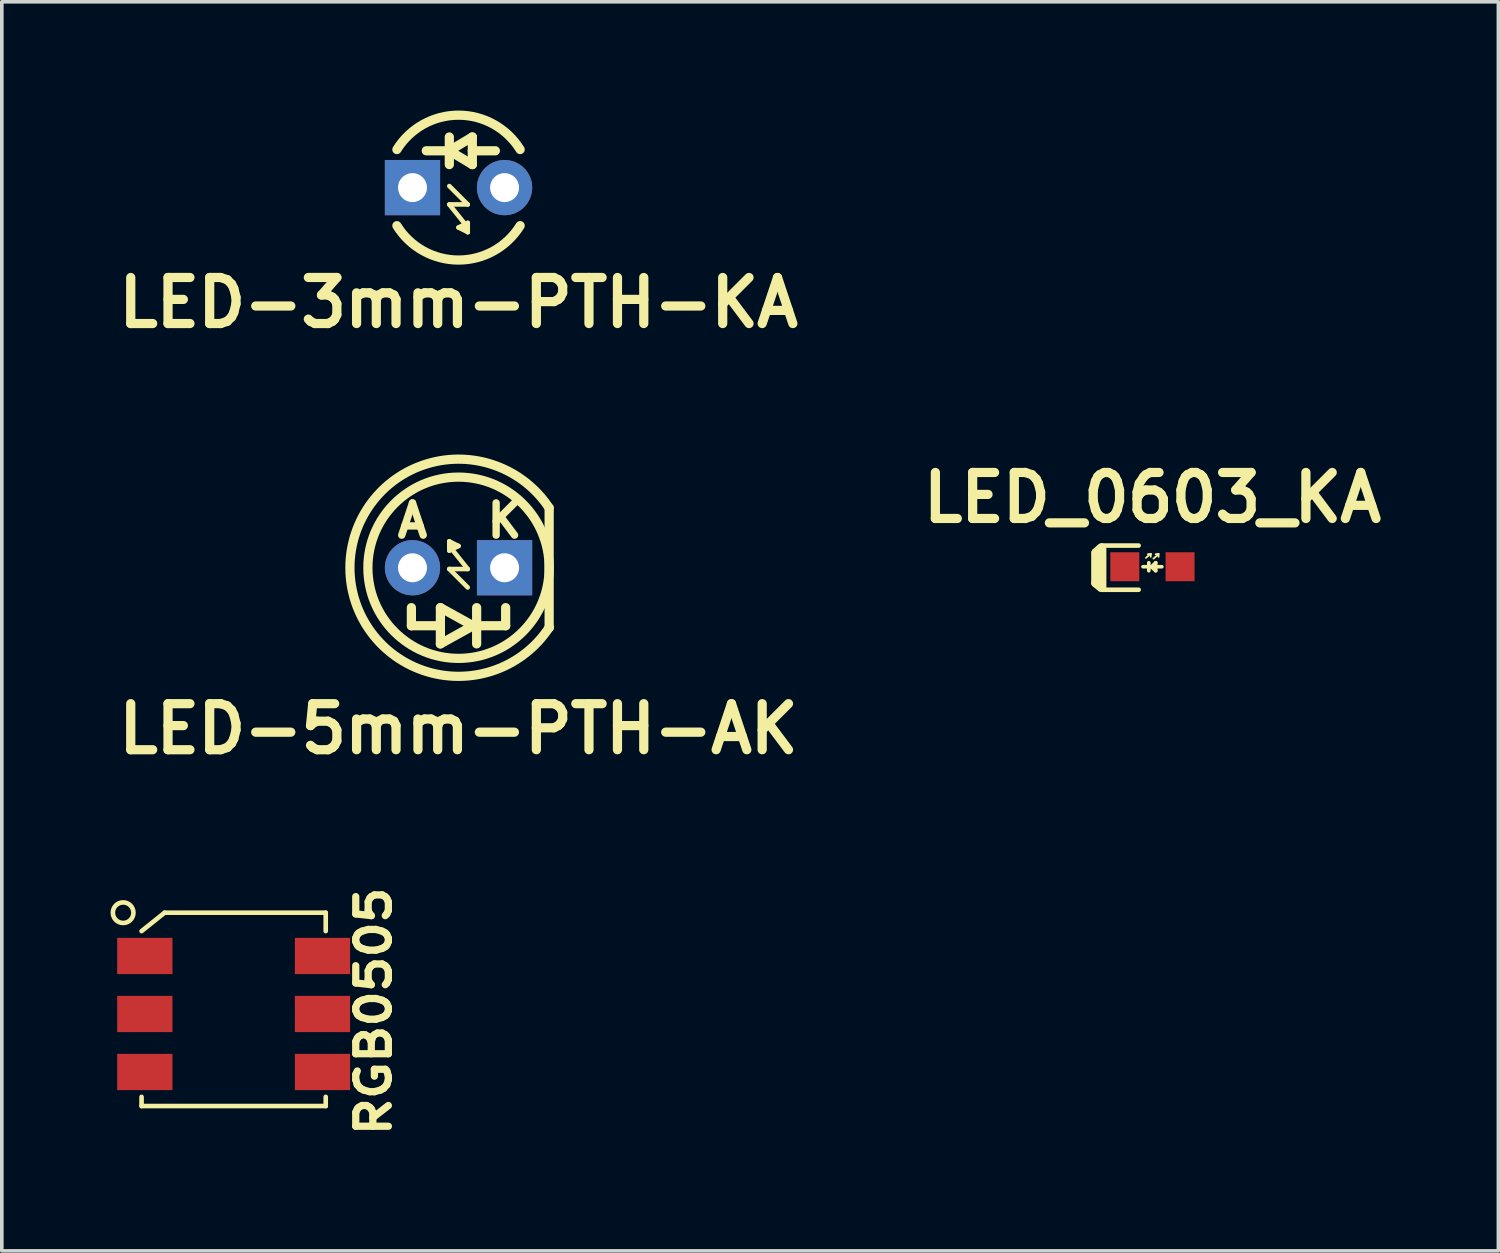
<source format=kicad_pcb>
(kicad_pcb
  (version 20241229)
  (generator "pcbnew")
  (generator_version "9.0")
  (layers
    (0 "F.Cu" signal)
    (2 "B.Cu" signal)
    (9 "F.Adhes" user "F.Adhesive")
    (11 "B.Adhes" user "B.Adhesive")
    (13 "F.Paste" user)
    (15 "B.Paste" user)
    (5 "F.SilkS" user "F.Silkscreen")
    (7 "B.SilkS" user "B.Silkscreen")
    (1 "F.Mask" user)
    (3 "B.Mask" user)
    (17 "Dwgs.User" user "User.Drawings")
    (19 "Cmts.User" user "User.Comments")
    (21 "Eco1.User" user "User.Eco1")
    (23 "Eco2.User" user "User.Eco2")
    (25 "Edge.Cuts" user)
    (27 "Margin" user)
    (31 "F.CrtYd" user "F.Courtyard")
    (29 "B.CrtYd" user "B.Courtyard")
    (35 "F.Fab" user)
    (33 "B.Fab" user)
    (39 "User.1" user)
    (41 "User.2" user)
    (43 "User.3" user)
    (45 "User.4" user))
  (footprint "LED-5mm-PTH-AK"
    (layer "F.Cu")
    (at 9.598 12.611)
    (property "Reference" "LED-5mm-PTH-AK" (at 0 4.445 0) (layer "F.SilkS") (effects (font (size 1.27 1.27) (thickness 0.254))))
    (attr through_hole)
    (fp_line (start -1.3 1.6) (end -1.3 1.1) (stroke (width 0.254) (type solid)) (layer "F.SilkS"))
    (fp_line (start -0.5 1.1) (end 0.4 1.6) (stroke (width 0.254) (type solid)) (layer "F.SilkS"))
    (fp_line (start -0.5 1.6) (end -1.3 1.6) (stroke (width 0.254) (type solid)) (layer "F.SilkS"))
    (fp_line (start -0.5 2.1) (end -0.5 1.1) (stroke (width 0.254) (type solid)) (layer "F.SilkS"))
    (fp_line (start -0.254 -0.727) (end -0.127 -0.6) (stroke (width 0.127) (type solid)) (layer "F.SilkS"))
    (fp_line (start -0.254 -0.6) (end -0.254 -0.727) (stroke (width 0.127) (type solid)) (layer "F.SilkS"))
    (fp_line (start -0.254 -0.6) (end -0.254 -0.473) (stroke (width 0.127) (type solid)) (layer "F.SilkS"))
    (fp_line (start -0.254 -0.473) (end 0 -0.6) (stroke (width 0.127) (type solid)) (layer "F.SilkS"))
    (fp_line (start -0.254 0.035) (end 0.254 0.035) (stroke (width 0.127) (type solid)) (layer "F.SilkS"))
    (fp_line (start 0 -0.6) (end -0.254 -0.727) (stroke (width 0.127) (type solid)) (layer "F.SilkS"))
    (fp_line (start 0.254 0.035) (end -0.254 -0.6) (stroke (width 0.127) (type solid)) (layer "F.SilkS"))
    (fp_line (start 0.254 0.543) (end -0.254 0.035) (stroke (width 0.127) (type solid)) (layer "F.SilkS"))
    (fp_line (start 0.4 1.6) (end -0.5 2.1) (stroke (width 0.254) (type solid)) (layer "F.SilkS"))
    (fp_line (start 0.5 1.1) (end 0.5 2.1) (stroke (width 0.254) (type solid)) (layer "F.SilkS"))
    (fp_line (start 1.3 1.6) (end 0.5 1.6) (stroke (width 0.254) (type solid)) (layer "F.SilkS"))
    (fp_line (start 1.3 1.6) (end 1.3 1.1) (stroke (width 0.254) (type solid)) (layer "F.SilkS"))
    (fp_line (start 2.5 -1.65) (end 2.5 1.65) (stroke (width 0.254) (type solid)) (layer "F.SilkS"))
    (fp_line (start 2.5 1.65) (end 2.5 1.65) (stroke (width 0.254) (type solid)) (layer "F.SilkS"))
    (fp_arc (start 2.501428 1.647834) (mid -2.995413 0.001297) (end 2.5 -1.65) (stroke (width 0.254) (type solid)) (layer "F.SilkS"))
    (fp_circle (center 0 0) (end -2.5 0) (stroke (width 0.254) (type solid)) (fill no) (layer "F.SilkS"))
    (fp_text user "K" (at 1.27 -1.3 0) (layer "F.SilkS") (effects (font (size 0.889 0.889) (thickness 0.203))))
    (fp_text user "A" (at -1.27 -1.3 0) (layer "F.SilkS") (effects (font (size 0.889 0.889) (thickness 0.203))))
    (pad "1" thru_hole circle (at -1.27 0 180) (size 1.524 1.524) (drill 0.8) (layers "*.Cu" "*.Mask"))
    (pad "2" thru_hole rect (at 1.27 0 180) (size 1.524 1.524) (drill 0.8) (layers "*.Cu" "*.Mask")))
  (footprint "RGB0505"
    (layer "F.Cu")
    (at 3.395 24.92)
    (property "Reference" "RGB0505" (at 3.862 -0.07 90) (layer "F.SilkS") (effects (font (size 0.9 1) (thickness 0.2))))
    (attr smd)
    (fp_line (start -2.54 -2.286) (end -1.905 -2.794) (stroke (width 0.127) (type solid)) (layer "F.SilkS"))
    (fp_line (start -2.54 2.54) (end -2.54 2.286) (stroke (width 0.127) (type solid)) (layer "F.SilkS"))
    (fp_line (start -1.905 -2.794) (end 2.54 -2.794) (stroke (width 0.127) (type solid)) (layer "F.SilkS"))
    (fp_line (start 2.54 -2.794) (end 2.54 -2.286) (stroke (width 0.127) (type solid)) (layer "F.SilkS"))
    (fp_line (start 2.54 2.286) (end 2.54 2.54) (stroke (width 0.127) (type solid)) (layer "F.SilkS"))
    (fp_line (start 2.54 2.54) (end -2.54 2.54) (stroke (width 0.127) (type solid)) (layer "F.SilkS"))
    (fp_circle (center -3.048 -2.794) (end -2.921 -2.54) (stroke (width 0.127) (type solid)) (fill no) (layer "F.SilkS"))
    (pad "1" smd rect (at -2.45 -1.6 90) (size 1 1.524) (layers "F.Cu" "F.Mask" "F.Paste"))
    (pad "2" smd rect (at -2.45 0 90) (size 1 1.524) (layers "F.Cu" "F.Mask" "F.Paste"))
    (pad "3" smd rect (at -2.45 1.6 90) (size 1 1.524) (layers "F.Cu" "F.Mask" "F.Paste"))
    (pad "4" smd rect (at 2.45 1.6 90) (size 1 1.524) (layers "F.Cu" "F.Mask" "F.Paste"))
    (pad "5" smd rect (at 2.45 0 90) (size 1 1.524) (layers "F.Cu" "F.Mask" "F.Paste"))
    (pad "6" smd rect (at 2.45 -1.6 90) (size 1 1.524) (layers "F.Cu" "F.Mask" "F.Paste")))
  (footprint "LED-3mm-PTH-KA"
    (layer "F.Cu")
    (at 9.598 2.125)
    (property "Reference" "LED-3mm-PTH-KA" (at 0 3.175 0) (layer "F.SilkS") (effects (font (size 1.27 1.27) (thickness 0.254))))
    (attr through_hole)
    (fp_line (start -0.889 -1.016) (end -0.254 -1.016) (stroke (width 0.254) (type solid)) (layer "F.SilkS"))
    (fp_line (start -0.254 -1.016) (end 0.381 -1.397) (stroke (width 0.254) (type solid)) (layer "F.SilkS"))
    (fp_line (start -0.254 -0.635) (end -0.254 -1.397) (stroke (width 0.254) (type solid)) (layer "F.SilkS"))
    (fp_line (start -0.254 -0.043) (end 0.254 0.465) (stroke (width 0.127) (type solid)) (layer "F.SilkS"))
    (fp_line (start -0.254 0.465) (end 0.254 1.1) (stroke (width 0.127) (type solid)) (layer "F.SilkS"))
    (fp_line (start 0 1.1) (end 0.254 1.227) (stroke (width 0.127) (type solid)) (layer "F.SilkS"))
    (fp_line (start 0.254 0.465) (end -0.254 0.465) (stroke (width 0.127) (type solid)) (layer "F.SilkS"))
    (fp_line (start 0.254 0.973) (end 0 1.1) (stroke (width 0.127) (type solid)) (layer "F.SilkS"))
    (fp_line (start 0.254 1.1) (end 0.254 0.973) (stroke (width 0.127) (type solid)) (layer "F.SilkS"))
    (fp_line (start 0.254 1.1) (end 0.254 1.227) (stroke (width 0.127) (type solid)) (layer "F.SilkS"))
    (fp_line (start 0.254 1.227) (end 0.127 1.1) (stroke (width 0.127) (type solid)) (layer "F.SilkS"))
    (fp_line (start 0.381 -1.397) (end 0.381 -0.635) (stroke (width 0.254) (type solid)) (layer "F.SilkS"))
    (fp_line (start 0.381 -1.016) (end 1.016 -1.016) (stroke (width 0.254) (type solid)) (layer "F.SilkS"))
    (fp_line (start 0.381 -0.635) (end -0.254 -1.016) (stroke (width 0.254) (type solid)) (layer "F.SilkS"))
    (fp_arc (start -1.7 -1.05) (mid 0 -1.998124) (end 1.7 -1.05) (stroke (width 0.254) (type solid)) (layer "F.SilkS"))
    (fp_arc (start 1.7 1.05) (mid 0 1.998124) (end -1.7 1.05) (stroke (width 0.254) (type solid)) (layer "F.SilkS"))
    (pad "1" thru_hole rect (at -1.27 0) (size 1.524 1.524) (drill 0.8) (layers "*.Cu" "*.Mask"))
    (pad "2" thru_hole circle (at 1.27 0) (size 1.524 1.524) (drill 0.8) (layers "*.Cu" "*.Mask")))
  (footprint "LED_0603_KA"
    (layer "F.Cu")
    (at 28.739 12.583)
    (property "Reference" "LED_0603_KA" (at 0 -1.905 0) (layer "F.SilkS") (effects (font (size 1.27 1.27) (thickness 0.254))))
    (attr smd)
    (fp_line (start -1.562 0.445) (end -1.562 -0.381) (stroke (width 0.254) (type solid)) (layer "F.SilkS"))
    (fp_line (start -1.41 -0.521) (end -1.549 -0.394) (stroke (width 0.254) (type solid)) (layer "F.SilkS"))
    (fp_line (start -1.41 0.572) (end -1.562 0.445) (stroke (width 0.254) (type solid)) (layer "F.SilkS"))
    (fp_line (start -1.397 -0.584) (end -0.381 -0.584) (stroke (width 0.127) (type solid)) (layer "F.SilkS"))
    (fp_line (start -1.397 -0.483) (end -1.397 0.559) (stroke (width 0.254) (type solid)) (layer "F.SilkS"))
    (fp_line (start -0.381 0.635) (end -1.397 0.635) (stroke (width 0.127) (type solid)) (layer "F.SilkS"))
    (fp_line (start -0.178 -0.246) (end -0.048 -0.356) (stroke (width 0.05) (type solid)) (layer "F.SilkS"))
    (fp_line (start -0.1 0.11) (end -0.1 -0.11) (stroke (width 0.1) (type solid)) (layer "F.SilkS"))
    (fp_line (start -0.046 -0.355) (end -0.126 -0.345) (stroke (width 0.05) (type solid)) (layer "F.SilkS"))
    (fp_line (start -0.046 -0.355) (end -0.046 -0.275) (stroke (width 0.05) (type solid)) (layer "F.SilkS"))
    (fp_line (start 0.029 -0.225) (end 0.159 -0.335) (stroke (width 0.05) (type solid)) (layer "F.SilkS"))
    (fp_line (start 0.09 -0.11) (end -0.01 -0.01) (stroke (width 0.1) (type solid)) (layer "F.SilkS"))
    (fp_line (start 0.09 0.11) (end -0.02 0.01) (stroke (width 0.1) (type solid)) (layer "F.SilkS"))
    (fp_line (start 0.09 0.11) (end 0.09 -0.11) (stroke (width 0.1) (type solid)) (layer "F.SilkS"))
    (fp_line (start 0.169 -0.355) (end 0.089 -0.345) (stroke (width 0.05) (type solid)) (layer "F.SilkS"))
    (fp_line (start 0.169 -0.355) (end 0.169 -0.275) (stroke (width 0.05) (type solid)) (layer "F.SilkS"))
    (fp_line (start 0.26 0) (end -0.26 0) (stroke (width 0.1) (type solid)) (layer "F.SilkS"))
    (fp_line (start -0.229 0.635) (end -0.229 0.533) (stroke (width 0.127) (type solid)) (layer "Eco1.User"))
    (fp_line (start -0.229 0.635) (end -0.127 0.61) (stroke (width 0.127) (type solid)) (layer "Eco1.User"))
    (fp_line (start -0.051 0.406) (end -0.229 0.635) (stroke (width 0.127) (type solid)) (layer "Eco1.User"))
    (fp_line (start 0.051 0.635) (end 0.051 0.533) (stroke (width 0.127) (type solid)) (layer "Eco1.User"))
    (fp_line (start 0.051 0.635) (end 0.152 0.61) (stroke (width 0.127) (type solid)) (layer "Eco1.User"))
    (fp_line (start 0.229 0.406) (end 0.051 0.635) (stroke (width 0.127) (type solid)) (layer "Eco1.User"))
    (fp_line (start 1.397 -0.584) (end 0.381 -0.584) (stroke (width 0.127) (type solid)) (layer "Eco1.User"))
    (fp_line (start 1.397 0.584) (end 0.381 0.584) (stroke (width 0.127) (type solid)) (layer "Eco1.User"))
    (fp_line (start 1.397 0.584) (end 1.397 -0.584) (stroke (width 0.127) (type solid)) (layer "Eco1.User"))
    (pad "1" smd rect (at -0.762 0 180) (size 0.8 0.8) (layers "F.Cu" "F.Mask" "F.Paste"))
    (pad "2" smd rect (at 0.762 0 180) (size 0.8 0.8) (layers "F.Cu" "F.Mask" "F.Paste")))
  (gr_rect
    (start -3 -3)
    (end 38.282 31.455)
    (stroke (width 0.1) (type default))
    (fill no)
    (layer "Edge.Cuts")))
</source>
